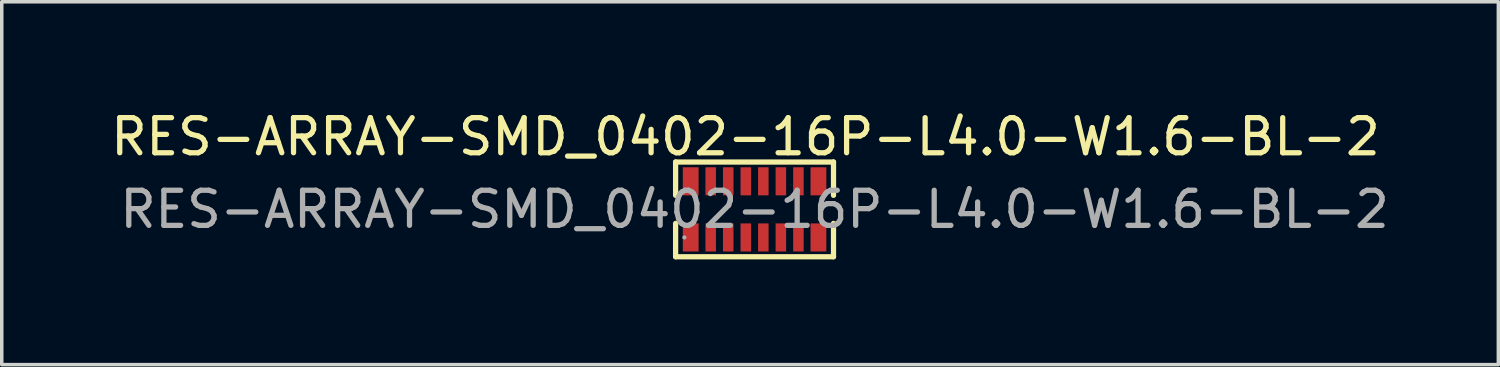
<source format=kicad_pcb>
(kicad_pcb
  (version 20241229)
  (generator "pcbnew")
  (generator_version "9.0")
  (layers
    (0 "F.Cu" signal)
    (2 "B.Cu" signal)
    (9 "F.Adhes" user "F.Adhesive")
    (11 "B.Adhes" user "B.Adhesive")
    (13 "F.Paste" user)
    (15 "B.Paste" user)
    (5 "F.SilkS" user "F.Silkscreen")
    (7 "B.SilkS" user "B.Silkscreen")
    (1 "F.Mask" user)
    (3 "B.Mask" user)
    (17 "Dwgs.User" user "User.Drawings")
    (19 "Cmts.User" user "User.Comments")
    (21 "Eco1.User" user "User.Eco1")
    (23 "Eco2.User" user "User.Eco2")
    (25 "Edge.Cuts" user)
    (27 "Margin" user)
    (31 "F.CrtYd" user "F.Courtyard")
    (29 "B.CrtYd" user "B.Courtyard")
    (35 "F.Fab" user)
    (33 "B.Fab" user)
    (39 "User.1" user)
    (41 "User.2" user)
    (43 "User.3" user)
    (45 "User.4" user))
  (footprint "RES-ARRAY-SMD_0402-16P-L4.0-W1.6-BL-2"
    (layer "F.Cu")
    (at 18.454 2.917)
    (property "Reference" "RES-ARRAY-SMD_0402-16P-L4.0-W1.6-BL-2" (at -0.258 -2.069 0) (layer "F.SilkS") (effects (font (size 1 1) (thickness 0.15))))
    (attr smd)
    (fp_line (start -2.25 -1.35) (end 2.25 -1.35) (stroke (width 0.15) (type solid)) (layer "F.SilkS"))
    (fp_line (start -2.25 -0.4) (end -2.25 -1.35) (stroke (width 0.15) (type solid)) (layer "F.SilkS"))
    (fp_line (start -2.25 1.35) (end -2.25 0.4) (stroke (width 0.15) (type solid)) (layer "F.SilkS"))
    (fp_line (start 2.25 -1.35) (end 2.25 -0.4) (stroke (width 0.15) (type solid)) (layer "F.SilkS"))
    (fp_line (start 2.25 0.4) (end 2.25 1.35) (stroke (width 0.15) (type solid)) (layer "F.SilkS"))
    (fp_line (start 2.25 1.35) (end -2.25 1.35) (stroke (width 0.15) (type solid)) (layer "F.SilkS"))
    (fp_circle (center -2 0.8) (end -1.97 0.8) (stroke (width 0.06) (type solid)) (fill no) (layer "F.Fab"))
    (fp_text user "${REFERENCE}" (at 0 0 0) (layer "F.Fab") (effects (font (size 1 1) (thickness 0.15))))
    (pad "1" smd rect (at -1.82 0.8 90) (size 0.8 0.45) (layers "F.Cu" "F.Mask" "F.Paste"))
    (pad "2" smd rect (at -1.25 0.8 90) (size 0.8 0.3) (layers "F.Cu" "F.Mask" "F.Paste"))
    (pad "3" smd rect (at -0.75 0.8 90) (size 0.8 0.3) (layers "F.Cu" "F.Mask" "F.Paste"))
    (pad "4" smd rect (at -0.25 0.8 90) (size 0.8 0.3) (layers "F.Cu" "F.Mask" "F.Paste"))
    (pad "5" smd rect (at 0.25 0.8 90) (size 0.8 0.3) (layers "F.Cu" "F.Mask" "F.Paste"))
    (pad "6" smd rect (at 0.75 0.8 90) (size 0.8 0.3) (layers "F.Cu" "F.Mask" "F.Paste"))
    (pad "7" smd rect (at 1.25 0.8 90) (size 0.8 0.3) (layers "F.Cu" "F.Mask" "F.Paste"))
    (pad "8" smd rect (at 1.82 0.8 90) (size 0.8 0.45) (layers "F.Cu" "F.Mask" "F.Paste"))
    (pad "9" smd rect (at 1.82 -0.8 90) (size 0.8 0.45) (layers "F.Cu" "F.Mask" "F.Paste"))
    (pad "10" smd rect (at 1.25 -0.8 90) (size 0.8 0.3) (layers "F.Cu" "F.Mask" "F.Paste"))
    (pad "11" smd rect (at 0.75 -0.8 90) (size 0.8 0.3) (layers "F.Cu" "F.Mask" "F.Paste"))
    (pad "12" smd rect (at 0.25 -0.8 90) (size 0.8 0.3) (layers "F.Cu" "F.Mask" "F.Paste"))
    (pad "13" smd rect (at -0.25 -0.8 90) (size 0.8 0.3) (layers "F.Cu" "F.Mask" "F.Paste"))
    (pad "14" smd rect (at -0.75 -0.8 90) (size 0.8 0.3) (layers "F.Cu" "F.Mask" "F.Paste"))
    (pad "15" smd rect (at -1.25 -0.8 90) (size 0.8 0.3) (layers "F.Cu" "F.Mask" "F.Paste"))
    (pad "16" smd rect (at -1.82 -0.8 90) (size 0.8 0.45) (layers "F.Cu" "F.Mask" "F.Paste")))
  (gr_rect
    (start -3 -3)
    (end 39.651 7.342)
    (stroke (width 0.1) (type default))
    (fill no)
    (layer "Edge.Cuts")))
</source>
